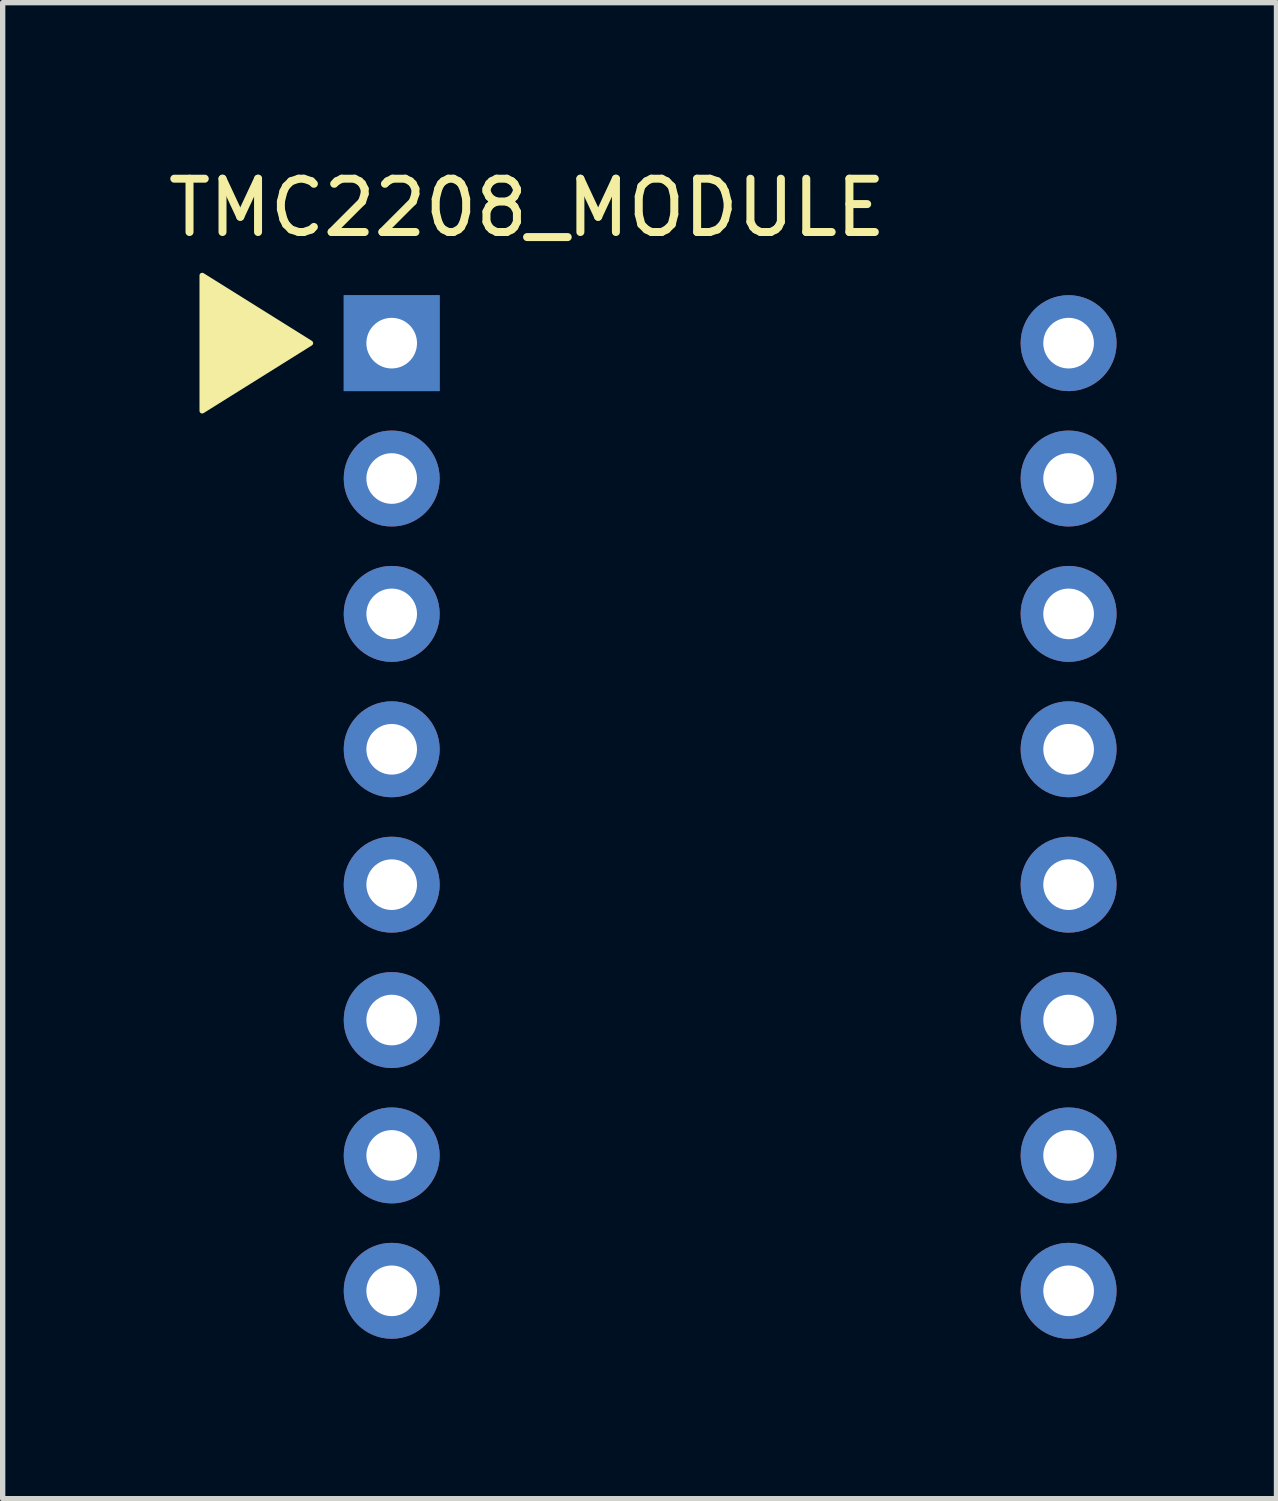
<source format=kicad_pcb>
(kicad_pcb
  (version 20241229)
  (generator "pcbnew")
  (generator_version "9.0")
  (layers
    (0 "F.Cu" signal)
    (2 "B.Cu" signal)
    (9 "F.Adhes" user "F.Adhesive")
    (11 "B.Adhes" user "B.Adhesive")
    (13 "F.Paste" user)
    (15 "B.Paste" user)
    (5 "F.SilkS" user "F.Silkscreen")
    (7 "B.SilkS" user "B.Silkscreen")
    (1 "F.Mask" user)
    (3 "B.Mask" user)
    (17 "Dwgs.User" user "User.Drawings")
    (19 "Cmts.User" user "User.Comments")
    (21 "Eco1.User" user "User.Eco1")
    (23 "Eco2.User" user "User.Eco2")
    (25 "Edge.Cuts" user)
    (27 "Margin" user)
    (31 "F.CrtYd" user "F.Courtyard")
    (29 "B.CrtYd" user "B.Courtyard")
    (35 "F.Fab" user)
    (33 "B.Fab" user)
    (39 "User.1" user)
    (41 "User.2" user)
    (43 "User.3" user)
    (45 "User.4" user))
  (footprint "TMC2208_MODULE"
    (layer "F.Cu")
    (at 4.299 3.388)
    (property "Reference" "TMC2208_MODULE" (at 2.54 -2.54 0) (layer "F.SilkS") (effects (font (size 1 1) (thickness 0.15))))
    (attr through_hole)
    (fp_poly (pts (xy -1.524 0) (xy -3.556 1.27) (xy -3.556 -1.27)) (stroke (width 0.1) (type solid)) (fill yes) (layer "F.SilkS"))
    (pad "1" thru_hole rect (at 0 0) (size 1.8 1.8) (drill 0.95) (layers "*.Cu" "*.Mask"))
    (pad "2" thru_hole circle (at 0 2.54) (size 1.8 1.8) (drill 0.95) (layers "*.Cu" "*.Mask"))
    (pad "3" thru_hole circle (at 0 5.08) (size 1.8 1.8) (drill 0.95) (layers "*.Cu" "*.Mask"))
    (pad "4" thru_hole circle (at 0 7.62) (size 1.8 1.8) (drill 0.95) (layers "*.Cu" "*.Mask"))
    (pad "5" thru_hole circle (at 0 10.16) (size 1.8 1.8) (drill 0.95) (layers "*.Cu" "*.Mask"))
    (pad "6" thru_hole circle (at 0 12.7) (size 1.8 1.8) (drill 0.95) (layers "*.Cu" "*.Mask"))
    (pad "7" thru_hole circle (at 0 15.24) (size 1.8 1.8) (drill 0.95) (layers "*.Cu" "*.Mask"))
    (pad "8" thru_hole circle (at 0 17.78) (size 1.8 1.8) (drill 0.95) (layers "*.Cu" "*.Mask"))
    (pad "9" thru_hole circle (at 12.7 17.78) (size 1.8 1.8) (drill 0.95) (layers "*.Cu" "*.Mask"))
    (pad "10" thru_hole circle (at 12.7 15.24) (size 1.8 1.8) (drill 0.95) (layers "*.Cu" "*.Mask"))
    (pad "11" thru_hole circle (at 12.7 12.7) (size 1.8 1.8) (drill 0.95) (layers "*.Cu" "*.Mask"))
    (pad "12" thru_hole circle (at 12.7 10.16) (size 1.8 1.8) (drill 0.95) (layers "*.Cu" "*.Mask"))
    (pad "13" thru_hole circle (at 12.7 7.62) (size 1.8 1.8) (drill 0.95) (layers "*.Cu" "*.Mask"))
    (pad "14" thru_hole circle (at 12.7 5.08) (size 1.8 1.8) (drill 0.95) (layers "*.Cu" "*.Mask"))
    (pad "15" thru_hole circle (at 12.7 2.54) (size 1.8 1.8) (drill 0.95) (layers "*.Cu" "*.Mask"))
    (pad "16" thru_hole circle (at 12.7 0) (size 1.8 1.8) (drill 0.95) (layers "*.Cu" "*.Mask")))
  (gr_rect
    (start -3 -3)
    (end 20.899 25.068)
    (stroke (width 0.1) (type default))
    (fill no)
    (layer "Edge.Cuts")))
</source>
